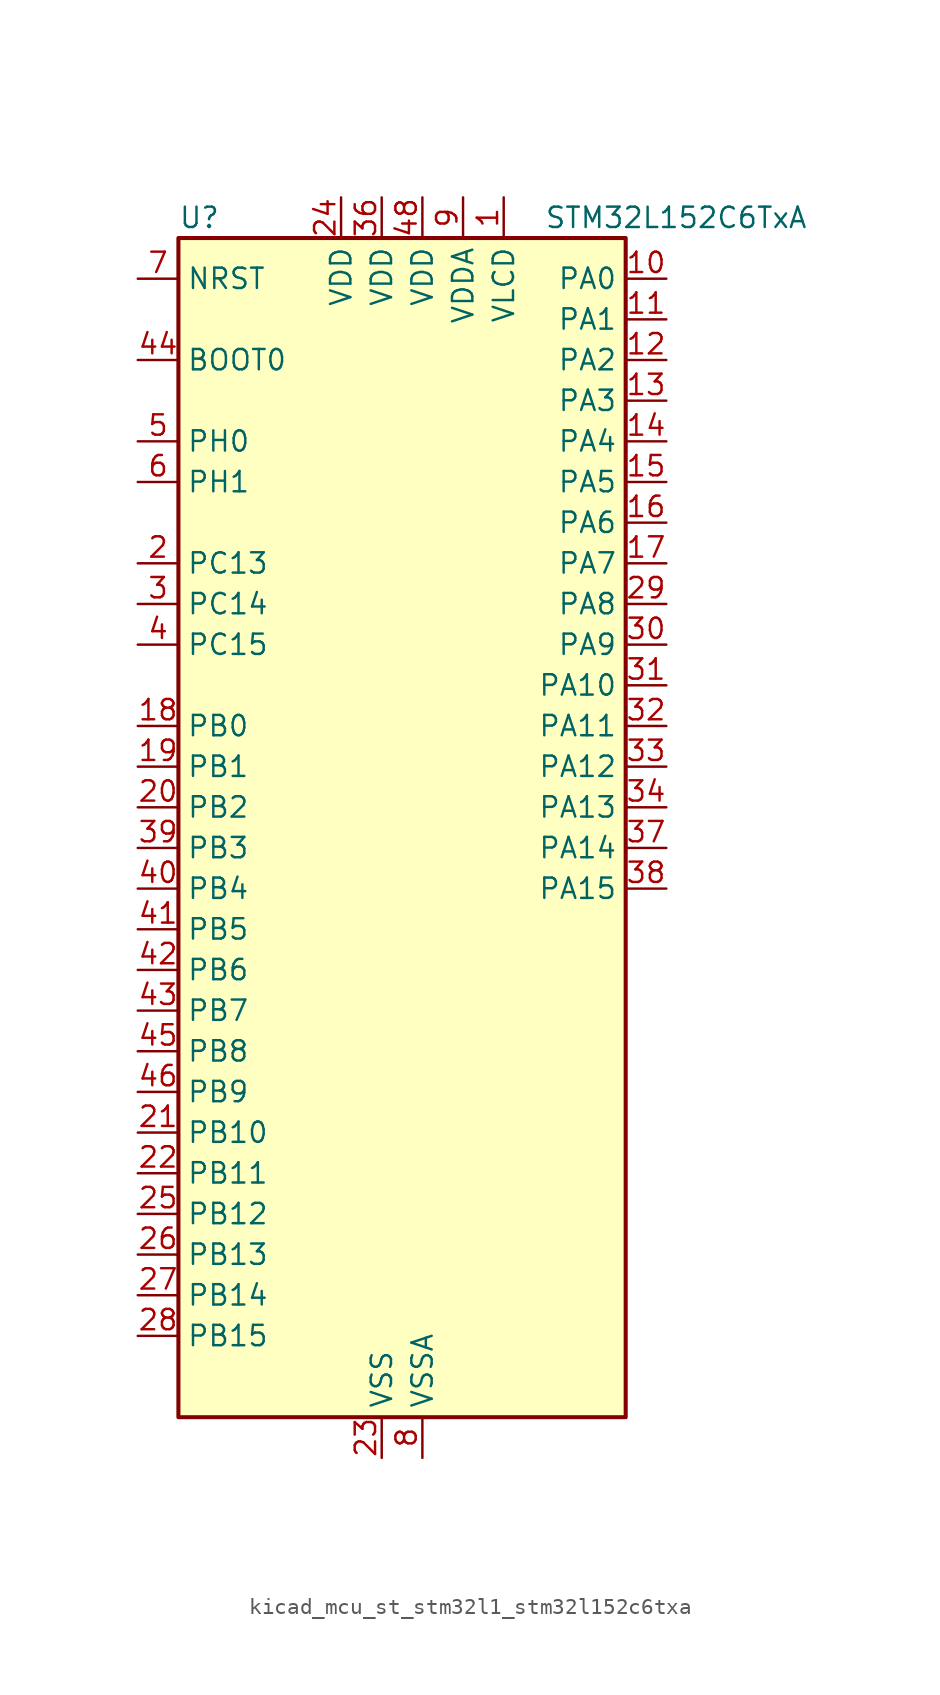
<source format=kicad_sym>
(kicad_symbol_lib
  (version 20220914)
  (generator kicad_symbol_editor)
  (symbol "kicad_mcu_st_stm32l1_stm32l152c6txa"
    (property "Reference" "U"
      (at -12.7 39.37 0)
      (effects (font (size 1.27 1.27)) (justify left)))
    (property "Value" "STM32L152C6TxA"
      (at 10.16 39.37 0)
      (effects (font (size 1.27 1.27)) (justify left)))
    (property "ki_locked" ""
      (at 0 0 0)
      (effects (font (size 1.27 1.27))))
    (symbol "kicad_mcu_st_stm32l1_stm32l152c6txa_0_1"
      (rectangle (start -12.7 -35.56) (end 15.24 38.1) (stroke (width 0.254) (type default)) (fill (type background))))
    (symbol "kicad_mcu_st_stm32l1_stm32l152c6txa_1_1"
      (pin power_in line (at 7.62 40.64 270) (length 2.54) (name "VLCD" (effects (font (size 1.27 1.27)))) (number "1" (effects (font (size 1.27 1.27)))))
      (pin bidirectional line (at 17.78 35.56 180) (length 2.54) (name "PA0" (effects (font (size 1.27 1.27)))) (number "10" (effects (font (size 1.27 1.27)))) (alternate "ADC_IN0" bidirectional line) (alternate "COMP1_INP" bidirectional line) (alternate "RTC_TAMP2" bidirectional line) (alternate "SYS_WKUP1" bidirectional line) (alternate "TIM2_CH1" bidirectional line) (alternate "TIM2_ETR" bidirectional line) (alternate "TIMX_IC1" bidirectional line) (alternate "TS_G1_IO1" bidirectional line) (alternate "USART2_CTS" bidirectional line))
      (pin bidirectional line (at 17.78 33.02 180) (length 2.54) (name "PA1" (effects (font (size 1.27 1.27)))) (number "11" (effects (font (size 1.27 1.27)))) (alternate "ADC_IN1" bidirectional line) (alternate "COMP1_INP" bidirectional line) (alternate "LCD_SEG0" bidirectional line) (alternate "TIM2_CH2" bidirectional line) (alternate "TIMX_IC2" bidirectional line) (alternate "TS_G1_IO2" bidirectional line) (alternate "USART2_RTS" bidirectional line))
      (pin bidirectional line (at 17.78 30.48 180) (length 2.54) (name "PA2" (effects (font (size 1.27 1.27)))) (number "12" (effects (font (size 1.27 1.27)))) (alternate "ADC_IN2" bidirectional line) (alternate "COMP1_INP" bidirectional line) (alternate "LCD_SEG1" bidirectional line) (alternate "TIM2_CH3" bidirectional line) (alternate "TIM9_CH1" bidirectional line) (alternate "TIMX_IC3" bidirectional line) (alternate "TS_G1_IO3" bidirectional line) (alternate "USART2_TX" bidirectional line))
      (pin bidirectional line (at 17.78 27.94 180) (length 2.54) (name "PA3" (effects (font (size 1.27 1.27)))) (number "13" (effects (font (size 1.27 1.27)))) (alternate "ADC_IN3" bidirectional line) (alternate "COMP1_INP" bidirectional line) (alternate "LCD_SEG2" bidirectional line) (alternate "TIM2_CH4" bidirectional line) (alternate "TIM9_CH2" bidirectional line) (alternate "TIMX_IC4" bidirectional line) (alternate "TS_G1_IO4" bidirectional line) (alternate "USART2_RX" bidirectional line))
      (pin bidirectional line (at 17.78 25.4 180) (length 2.54) (name "PA4" (effects (font (size 1.27 1.27)))) (number "14" (effects (font (size 1.27 1.27)))) (alternate "ADC_IN4" bidirectional line) (alternate "COMP1_INP" bidirectional line) (alternate "DAC_OUT1" bidirectional line) (alternate "SPI1_NSS" bidirectional line) (alternate "TIMX_IC1" bidirectional line) (alternate "USART2_CK" bidirectional line))
      (pin bidirectional line (at 17.78 22.86 180) (length 2.54) (name "PA5" (effects (font (size 1.27 1.27)))) (number "15" (effects (font (size 1.27 1.27)))) (alternate "ADC_IN5" bidirectional line) (alternate "COMP1_INP" bidirectional line) (alternate "DAC_OUT2" bidirectional line) (alternate "SPI1_SCK" bidirectional line) (alternate "TIM2_CH1" bidirectional line) (alternate "TIM2_ETR" bidirectional line) (alternate "TIMX_IC2" bidirectional line))
      (pin bidirectional line (at 17.78 20.32 180) (length 2.54) (name "PA6" (effects (font (size 1.27 1.27)))) (number "16" (effects (font (size 1.27 1.27)))) (alternate "ADC_IN6" bidirectional line) (alternate "COMP1_INP" bidirectional line) (alternate "LCD_SEG3" bidirectional line) (alternate "SPI1_MISO" bidirectional line) (alternate "TIM10_CH1" bidirectional line) (alternate "TIM3_CH1" bidirectional line) (alternate "TIMX_IC3" bidirectional line) (alternate "TS_G2_IO1" bidirectional line))
      (pin bidirectional line (at 17.78 17.78 180) (length 2.54) (name "PA7" (effects (font (size 1.27 1.27)))) (number "17" (effects (font (size 1.27 1.27)))) (alternate "ADC_IN7" bidirectional line) (alternate "COMP1_INP" bidirectional line) (alternate "LCD_SEG4" bidirectional line) (alternate "SPI1_MOSI" bidirectional line) (alternate "TIM11_CH1" bidirectional line) (alternate "TIM3_CH2" bidirectional line) (alternate "TIMX_IC4" bidirectional line) (alternate "TS_G2_IO2" bidirectional line))
      (pin bidirectional line (at -15.24 7.62 0) (length 2.54) (name "PB0" (effects (font (size 1.27 1.27)))) (number "18" (effects (font (size 1.27 1.27)))) (alternate "ADC_IN8" bidirectional line) (alternate "COMP1_INP" bidirectional line) (alternate "LCD_SEG5" bidirectional line) (alternate "SYS_V_REF_OUT" bidirectional line) (alternate "TIM3_CH3" bidirectional line) (alternate "TS_G3_IO1" bidirectional line))
      (pin bidirectional line (at -15.24 5.08 0) (length 2.54) (name "PB1" (effects (font (size 1.27 1.27)))) (number "19" (effects (font (size 1.27 1.27)))) (alternate "ADC_IN9" bidirectional line) (alternate "COMP1_INP" bidirectional line) (alternate "LCD_SEG6" bidirectional line) (alternate "SYS_V_REF_OUT" bidirectional line) (alternate "TIM3_CH4" bidirectional line) (alternate "TS_G3_IO2" bidirectional line))
      (pin bidirectional line (at -15.24 17.78 0) (length 2.54) (name "PC13" (effects (font (size 1.27 1.27)))) (number "2" (effects (font (size 1.27 1.27)))) (alternate "RTC_OUT_ALARM" bidirectional line) (alternate "RTC_OUT_CALIB" bidirectional line) (alternate "RTC_TAMP1" bidirectional line) (alternate "RTC_TS" bidirectional line) (alternate "SYS_WKUP2" bidirectional line) (alternate "TIMX_IC2" bidirectional line))
      (pin bidirectional line (at -15.24 2.54 0) (length 2.54) (name "PB2" (effects (font (size 1.27 1.27)))) (number "20" (effects (font (size 1.27 1.27)))) (alternate "TS_G3_IO3" bidirectional line))
      (pin bidirectional line (at -15.24 -17.78 0) (length 2.54) (name "PB10" (effects (font (size 1.27 1.27)))) (number "21" (effects (font (size 1.27 1.27)))) (alternate "I2C2_SCL" bidirectional line) (alternate "LCD_SEG10" bidirectional line) (alternate "TIM2_CH3" bidirectional line) (alternate "USART3_TX" bidirectional line))
      (pin bidirectional line (at -15.24 -20.32 0) (length 2.54) (name "PB11" (effects (font (size 1.27 1.27)))) (number "22" (effects (font (size 1.27 1.27)))) (alternate "ADC_EXTI11" bidirectional line) (alternate "I2C2_SDA" bidirectional line) (alternate "LCD_SEG11" bidirectional line) (alternate "TIM2_CH4" bidirectional line) (alternate "USART3_RX" bidirectional line))
      (pin power_in line (at 0 -38.1 90) (length 2.54) (name "VSS" (effects (font (size 1.27 1.27)))) (number "23" (effects (font (size 1.27 1.27)))))
      (pin power_in line (at -2.54 40.64 270) (length 2.54) (name "VDD" (effects (font (size 1.27 1.27)))) (number "24" (effects (font (size 1.27 1.27)))))
      (pin bidirectional line (at -15.24 -22.86 0) (length 2.54) (name "PB12" (effects (font (size 1.27 1.27)))) (number "25" (effects (font (size 1.27 1.27)))) (alternate "ADC_IN18" bidirectional line) (alternate "COMP1_INP" bidirectional line) (alternate "I2C2_SMBA" bidirectional line) (alternate "LCD_SEG12" bidirectional line) (alternate "SPI2_NSS" bidirectional line) (alternate "TIM10_CH1" bidirectional line) (alternate "TS_G7_IO1" bidirectional line) (alternate "USART3_CK" bidirectional line))
      (pin bidirectional line (at -15.24 -25.4 0) (length 2.54) (name "PB13" (effects (font (size 1.27 1.27)))) (number "26" (effects (font (size 1.27 1.27)))) (alternate "ADC_IN19" bidirectional line) (alternate "COMP1_INP" bidirectional line) (alternate "LCD_SEG13" bidirectional line) (alternate "SPI2_SCK" bidirectional line) (alternate "TIM9_CH1" bidirectional line) (alternate "TS_G7_IO2" bidirectional line) (alternate "USART3_CTS" bidirectional line))
      (pin bidirectional line (at -15.24 -27.94 0) (length 2.54) (name "PB14" (effects (font (size 1.27 1.27)))) (number "27" (effects (font (size 1.27 1.27)))) (alternate "ADC_IN20" bidirectional line) (alternate "COMP1_INP" bidirectional line) (alternate "LCD_SEG14" bidirectional line) (alternate "SPI2_MISO" bidirectional line) (alternate "TIM9_CH2" bidirectional line) (alternate "TS_G7_IO3" bidirectional line) (alternate "USART3_RTS" bidirectional line))
      (pin bidirectional line (at -15.24 -30.48 0) (length 2.54) (name "PB15" (effects (font (size 1.27 1.27)))) (number "28" (effects (font (size 1.27 1.27)))) (alternate "ADC_EXTI15" bidirectional line) (alternate "ADC_IN21" bidirectional line) (alternate "COMP1_INP" bidirectional line) (alternate "LCD_SEG15" bidirectional line) (alternate "RTC_REFIN" bidirectional line) (alternate "SPI2_MOSI" bidirectional line) (alternate "TIM11_CH1" bidirectional line) (alternate "TS_G7_IO4" bidirectional line))
      (pin bidirectional line (at 17.78 15.24 180) (length 2.54) (name "PA8" (effects (font (size 1.27 1.27)))) (number "29" (effects (font (size 1.27 1.27)))) (alternate "LCD_COM0" bidirectional line) (alternate "RCC_MCO" bidirectional line) (alternate "TIMX_IC1" bidirectional line) (alternate "TS_G4_IO1" bidirectional line) (alternate "USART1_CK" bidirectional line))
      (pin bidirectional line (at -15.24 15.24 0) (length 2.54) (name "PC14" (effects (font (size 1.27 1.27)))) (number "3" (effects (font (size 1.27 1.27)))) (alternate "RCC_OSC32_IN" bidirectional line) (alternate "TIMX_IC3" bidirectional line))
      (pin bidirectional line (at 17.78 12.7 180) (length 2.54) (name "PA9" (effects (font (size 1.27 1.27)))) (number "30" (effects (font (size 1.27 1.27)))) (alternate "DAC_EXTI9" bidirectional line) (alternate "LCD_COM1" bidirectional line) (alternate "TIMX_IC2" bidirectional line) (alternate "TS_G4_IO2" bidirectional line) (alternate "USART1_TX" bidirectional line))
      (pin bidirectional line (at 17.78 10.16 180) (length 2.54) (name "PA10" (effects (font (size 1.27 1.27)))) (number "31" (effects (font (size 1.27 1.27)))) (alternate "LCD_COM2" bidirectional line) (alternate "TIMX_IC3" bidirectional line) (alternate "TS_G4_IO3" bidirectional line) (alternate "USART1_RX" bidirectional line))
      (pin bidirectional line (at 17.78 7.62 180) (length 2.54) (name "PA11" (effects (font (size 1.27 1.27)))) (number "32" (effects (font (size 1.27 1.27)))) (alternate "ADC_EXTI11" bidirectional line) (alternate "SPI1_MISO" bidirectional line) (alternate "TIMX_IC4" bidirectional line) (alternate "USART1_CTS" bidirectional line) (alternate "USB_DM" bidirectional line))
      (pin bidirectional line (at 17.78 5.08 180) (length 2.54) (name "PA12" (effects (font (size 1.27 1.27)))) (number "33" (effects (font (size 1.27 1.27)))) (alternate "SPI1_MOSI" bidirectional line) (alternate "TIMX_IC1" bidirectional line) (alternate "USART1_RTS" bidirectional line) (alternate "USB_DP" bidirectional line))
      (pin bidirectional line (at 17.78 2.54 180) (length 2.54) (name "PA13" (effects (font (size 1.27 1.27)))) (number "34" (effects (font (size 1.27 1.27)))) (alternate "SYS_JTMS-SWDIO" bidirectional line) (alternate "TIMX_IC2" bidirectional line) (alternate "TS_G5_IO1" bidirectional line))
      (pin passive line (at 0 -38.1 90) (length 2.54) hide (name "VSS" (effects (font (size 1.27 1.27)))) (number "35" (effects (font (size 1.27 1.27)))))
      (pin power_in line (at 0 40.64 270) (length 2.54) (name "VDD" (effects (font (size 1.27 1.27)))) (number "36" (effects (font (size 1.27 1.27)))))
      (pin bidirectional line (at 17.78 0 180) (length 2.54) (name "PA14" (effects (font (size 1.27 1.27)))) (number "37" (effects (font (size 1.27 1.27)))) (alternate "SYS_JTCK-SWCLK" bidirectional line) (alternate "TIMX_IC3" bidirectional line) (alternate "TS_G5_IO2" bidirectional line))
      (pin bidirectional line (at 17.78 -2.54 180) (length 2.54) (name "PA15" (effects (font (size 1.27 1.27)))) (number "38" (effects (font (size 1.27 1.27)))) (alternate "ADC_EXTI15" bidirectional line) (alternate "LCD_SEG17" bidirectional line) (alternate "SPI1_NSS" bidirectional line) (alternate "SYS_JTDI" bidirectional line) (alternate "TIM2_CH1" bidirectional line) (alternate "TIM2_ETR" bidirectional line) (alternate "TIMX_IC4" bidirectional line) (alternate "TS_G5_IO3" bidirectional line))
      (pin bidirectional line (at -15.24 0 0) (length 2.54) (name "PB3" (effects (font (size 1.27 1.27)))) (number "39" (effects (font (size 1.27 1.27)))) (alternate "COMP2_INM" bidirectional line) (alternate "LCD_SEG7" bidirectional line) (alternate "SPI1_SCK" bidirectional line) (alternate "SYS_JTDO-TRACESWO" bidirectional line) (alternate "TIM2_CH2" bidirectional line))
      (pin bidirectional line (at -15.24 12.7 0) (length 2.54) (name "PC15" (effects (font (size 1.27 1.27)))) (number "4" (effects (font (size 1.27 1.27)))) (alternate "ADC_EXTI15" bidirectional line) (alternate "RCC_OSC32_OUT" bidirectional line) (alternate "TIMX_IC4" bidirectional line))
      (pin bidirectional line (at -15.24 -2.54 0) (length 2.54) (name "PB4" (effects (font (size 1.27 1.27)))) (number "40" (effects (font (size 1.27 1.27)))) (alternate "COMP2_INP" bidirectional line) (alternate "LCD_SEG8" bidirectional line) (alternate "SPI1_MISO" bidirectional line) (alternate "SYS_JTRST" bidirectional line) (alternate "TIM3_CH1" bidirectional line) (alternate "TS_G6_IO1" bidirectional line))
      (pin bidirectional line (at -15.24 -5.08 0) (length 2.54) (name "PB5" (effects (font (size 1.27 1.27)))) (number "41" (effects (font (size 1.27 1.27)))) (alternate "COMP2_INP" bidirectional line) (alternate "I2C1_SMBA" bidirectional line) (alternate "LCD_SEG9" bidirectional line) (alternate "SPI1_MOSI" bidirectional line) (alternate "TIM3_CH2" bidirectional line) (alternate "TS_G6_IO2" bidirectional line))
      (pin bidirectional line (at -15.24 -7.62 0) (length 2.54) (name "PB6" (effects (font (size 1.27 1.27)))) (number "42" (effects (font (size 1.27 1.27)))) (alternate "I2C1_SCL" bidirectional line) (alternate "TIM4_CH1" bidirectional line) (alternate "TS_G6_IO3" bidirectional line) (alternate "USART1_TX" bidirectional line))
      (pin bidirectional line (at -15.24 -10.16 0) (length 2.54) (name "PB7" (effects (font (size 1.27 1.27)))) (number "43" (effects (font (size 1.27 1.27)))) (alternate "I2C1_SDA" bidirectional line) (alternate "SYS_PVD_IN" bidirectional line) (alternate "TIM4_CH2" bidirectional line) (alternate "TS_G6_IO4" bidirectional line) (alternate "USART1_RX" bidirectional line))
      (pin input line (at -15.24 30.48 0) (length 2.54) (name "BOOT0" (effects (font (size 1.27 1.27)))) (number "44" (effects (font (size 1.27 1.27)))))
      (pin bidirectional line (at -15.24 -12.7 0) (length 2.54) (name "PB8" (effects (font (size 1.27 1.27)))) (number "45" (effects (font (size 1.27 1.27)))) (alternate "I2C1_SCL" bidirectional line) (alternate "LCD_SEG16" bidirectional line) (alternate "TIM10_CH1" bidirectional line) (alternate "TIM4_CH3" bidirectional line))
      (pin bidirectional line (at -15.24 -15.24 0) (length 2.54) (name "PB9" (effects (font (size 1.27 1.27)))) (number "46" (effects (font (size 1.27 1.27)))) (alternate "DAC_EXTI9" bidirectional line) (alternate "I2C1_SDA" bidirectional line) (alternate "LCD_COM3" bidirectional line) (alternate "TIM11_CH1" bidirectional line) (alternate "TIM4_CH4" bidirectional line))
      (pin passive line (at 0 -38.1 90) (length 2.54) hide (name "VSS" (effects (font (size 1.27 1.27)))) (number "47" (effects (font (size 1.27 1.27)))))
      (pin power_in line (at 2.54 40.64 270) (length 2.54) (name "VDD" (effects (font (size 1.27 1.27)))) (number "48" (effects (font (size 1.27 1.27)))))
      (pin bidirectional line (at -15.24 25.4 0) (length 2.54) (name "PH0" (effects (font (size 1.27 1.27)))) (number "5" (effects (font (size 1.27 1.27)))) (alternate "RCC_OSC_IN" bidirectional line))
      (pin bidirectional line (at -15.24 22.86 0) (length 2.54) (name "PH1" (effects (font (size 1.27 1.27)))) (number "6" (effects (font (size 1.27 1.27)))) (alternate "RCC_OSC_OUT" bidirectional line))
      (pin input line (at -15.24 35.56 0) (length 2.54) (name "NRST" (effects (font (size 1.27 1.27)))) (number "7" (effects (font (size 1.27 1.27)))))
      (pin power_in line (at 2.54 -38.1 90) (length 2.54) (name "VSSA" (effects (font (size 1.27 1.27)))) (number "8" (effects (font (size 1.27 1.27)))))
      (pin power_in line (at 5.08 40.64 270) (length 2.54) (name "VDDA" (effects (font (size 1.27 1.27)))) (number "9" (effects (font (size 1.27 1.27))))))))
</source>
